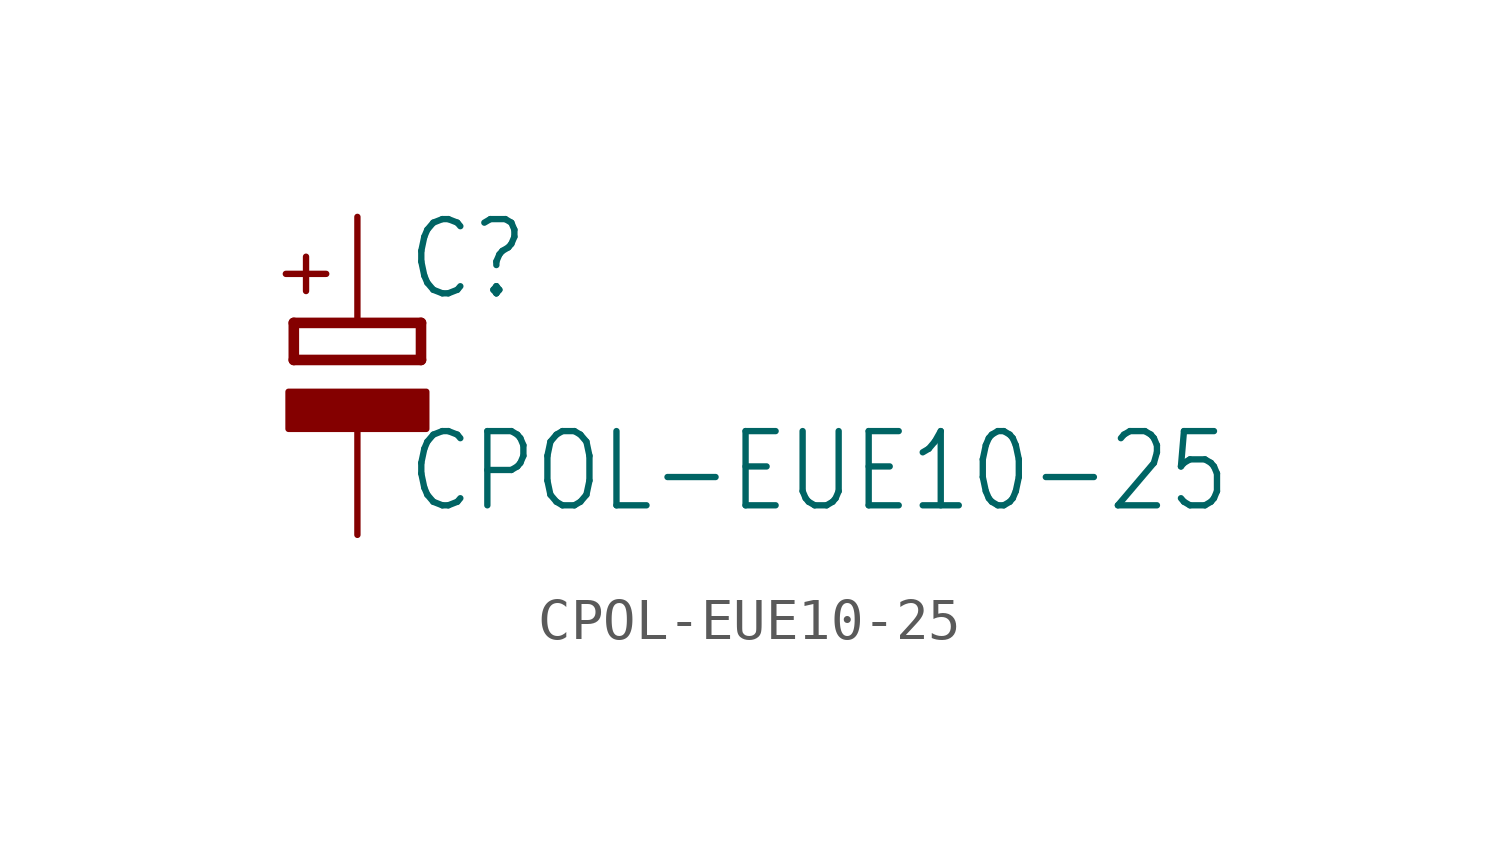
<source format=kicad_sym>
(kicad_symbol_lib
  (version 20220331)
  (generator kicad_symbol_editor)
  (symbol "CPOL-EUE10-25"
    (property "Reference" "C"
      (at 1.143 0.483 0)
      (effects (font (size 1.778 1.511)) (justify left bottom)))
    (property "Value" "CPOL-EUE10-25"
      (at 1.143 -4.597 0)
      (effects (font (size 1.778 1.511)) (justify left bottom)))
    (property "ki_locked" ""
      (at 0 0 0)
      (effects (font (size 1.27 1.27))))
    (symbol "CPOL-EUE10-25_1_0"
      (rectangle (start -1.651 -2.54) (end 1.651 -1.651) (stroke (width 0) (type default)) (fill (type outline)))
      (polyline (pts (xy -1.524 -0.889) (xy 1.524 -0.889)) (stroke (width 0.254) (type solid)) (fill (type none)))
      (polyline (pts (xy -1.524 0) (xy -1.524 -0.889)) (stroke (width 0.254) (type solid)) (fill (type none)))
      (polyline (pts (xy -1.524 0) (xy 1.524 0)) (stroke (width 0.254) (type solid)) (fill (type none)))
      (polyline (pts (xy 1.524 -0.889) (xy 1.524 0)) (stroke (width 0.254) (type solid)) (fill (type none)))
      (text "+" (at -0.584 0.406 900) (effects (font (size 1.27 1.079)) (justify left bottom)))
      (pin passive line (at 0 2.54 270) (length 2.54) (name "+" (effects (font (size 0 0)))) (number "+" (effects (font (size 0 0)))))
      (pin passive line (at 0 -5.08 90) (length 2.54) (name "-" (effects (font (size 0 0)))) (number "-" (effects (font (size 0 0))))))))
</source>
